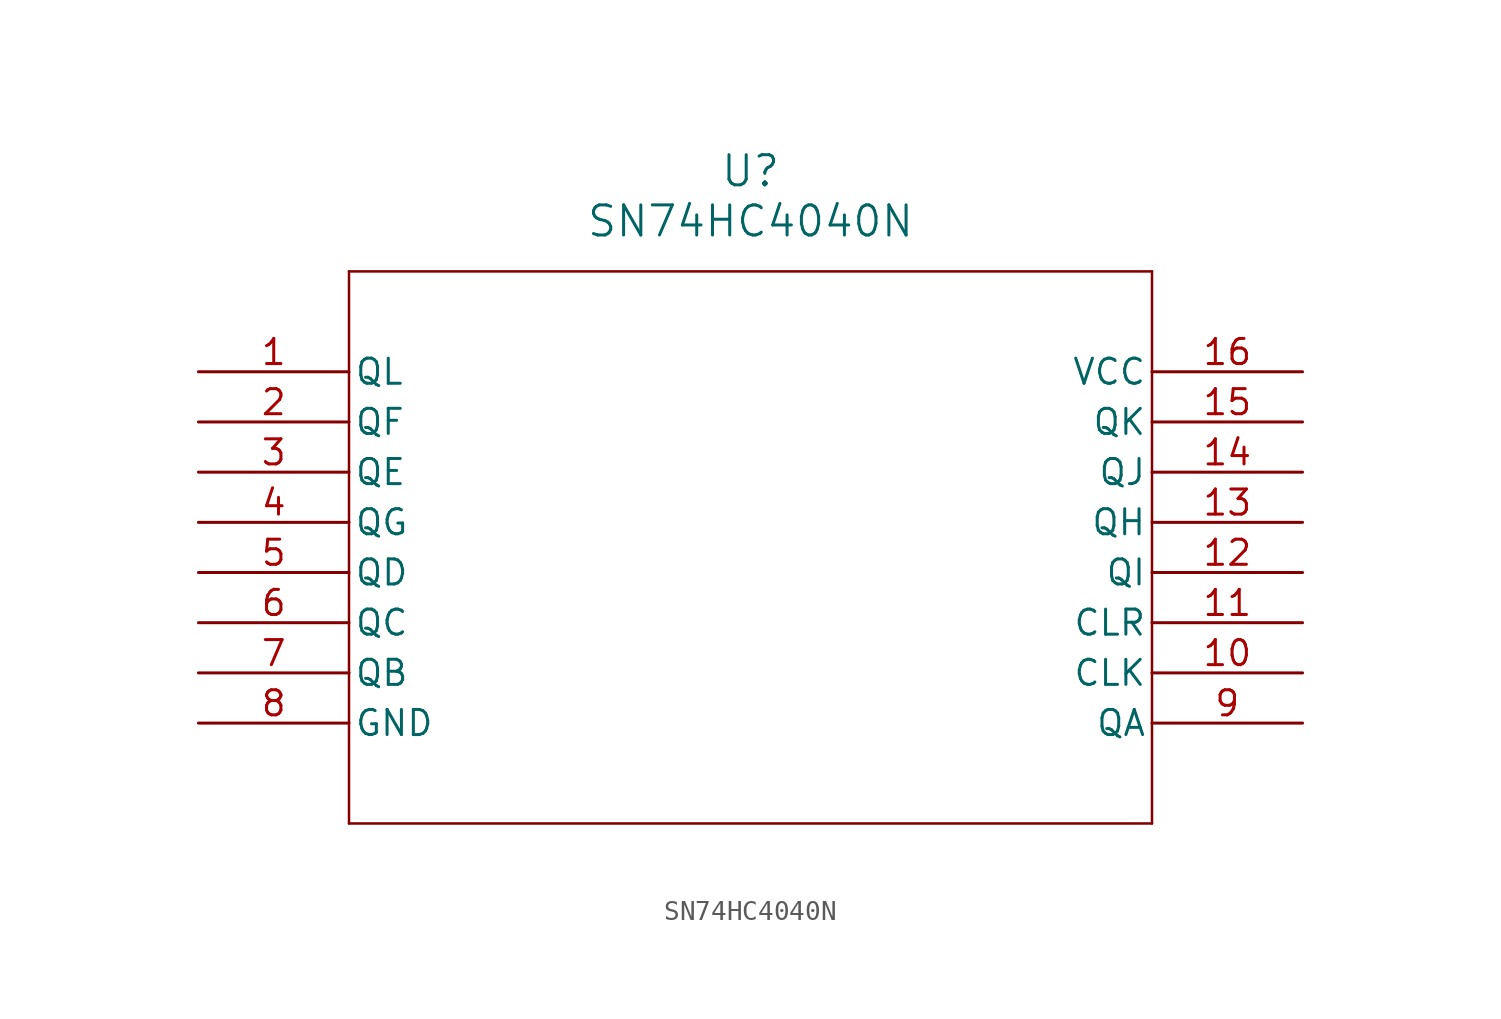
<source format=kicad_sym>
(kicad_symbol_lib
  (version 20211014)
  (generator kicad_symbol_editor)
  (symbol "SN74HC4040N"
    (pin_names
      (offset 0.254))
    (property "Reference" "U"
      (at 27.94 10.16 0)
      (effects (font (size 1.524 1.524))))
    (property "Value" "SN74HC4040N"
      (at 27.94 7.62 0)
      (effects (font (size 1.524 1.524))))
    (symbol "SN74HC4040N_0_1"
      (polyline (pts (xy 7.62 5.08) (xy 7.62 -22.86)) (stroke (width 0.127) (type default) (color 0 0 0 0)) (fill (type none)))
      (polyline (pts (xy 7.62 -22.86) (xy 48.26 -22.86)) (stroke (width 0.127) (type default) (color 0 0 0 0)) (fill (type none)))
      (polyline (pts (xy 48.26 -22.86) (xy 48.26 5.08)) (stroke (width 0.127) (type default) (color 0 0 0 0)) (fill (type none)))
      (polyline (pts (xy 48.26 5.08) (xy 7.62 5.08)) (stroke (width 0.127) (type default) (color 0 0 0 0)) (fill (type none)))
      (pin output line (at 0 0 0) (length 7.62) (name "QL" (effects (font (size 1.27 1.27)))) (number "1" (effects (font (size 1.27 1.27)))))
      (pin output line (at 0 -2.54 0) (length 7.62) (name "QF" (effects (font (size 1.27 1.27)))) (number "2" (effects (font (size 1.27 1.27)))))
      (pin output line (at 0 -5.08 0) (length 7.62) (name "QE" (effects (font (size 1.27 1.27)))) (number "3" (effects (font (size 1.27 1.27)))))
      (pin output line (at 0 -7.62 0) (length 7.62) (name "QG" (effects (font (size 1.27 1.27)))) (number "4" (effects (font (size 1.27 1.27)))))
      (pin output line (at 0 -10.16 0) (length 7.62) (name "QD" (effects (font (size 1.27 1.27)))) (number "5" (effects (font (size 1.27 1.27)))))
      (pin output line (at 0 -12.7 0) (length 7.62) (name "QC" (effects (font (size 1.27 1.27)))) (number "6" (effects (font (size 1.27 1.27)))))
      (pin output line (at 0 -15.24 0) (length 7.62) (name "QB" (effects (font (size 1.27 1.27)))) (number "7" (effects (font (size 1.27 1.27)))))
      (pin power_in line (at 0 -17.78 0) (length 7.62) (name "GND" (effects (font (size 1.27 1.27)))) (number "8" (effects (font (size 1.27 1.27)))))
      (pin output line (at 55.88 -17.78 180) (length 7.62) (name "QA" (effects (font (size 1.27 1.27)))) (number "9" (effects (font (size 1.27 1.27)))))
      (pin input line (at 55.88 -15.24 180) (length 7.62) (name "CLK" (effects (font (size 1.27 1.27)))) (number "10" (effects (font (size 1.27 1.27)))))
      (pin input line (at 55.88 -12.7 180) (length 7.62) (name "CLR" (effects (font (size 1.27 1.27)))) (number "11" (effects (font (size 1.27 1.27)))))
      (pin output line (at 55.88 -10.16 180) (length 7.62) (name "QI" (effects (font (size 1.27 1.27)))) (number "12" (effects (font (size 1.27 1.27)))))
      (pin output line (at 55.88 -7.62 180) (length 7.62) (name "QH" (effects (font (size 1.27 1.27)))) (number "13" (effects (font (size 1.27 1.27)))))
      (pin output line (at 55.88 -5.08 180) (length 7.62) (name "QJ" (effects (font (size 1.27 1.27)))) (number "14" (effects (font (size 1.27 1.27)))))
      (pin output line (at 55.88 -2.54 180) (length 7.62) (name "QK" (effects (font (size 1.27 1.27)))) (number "15" (effects (font (size 1.27 1.27)))))
      (pin power_in line (at 55.88 0 180) (length 7.62) (name "VCC" (effects (font (size 1.27 1.27)))) (number "16" (effects (font (size 1.27 1.27))))))))
</source>
